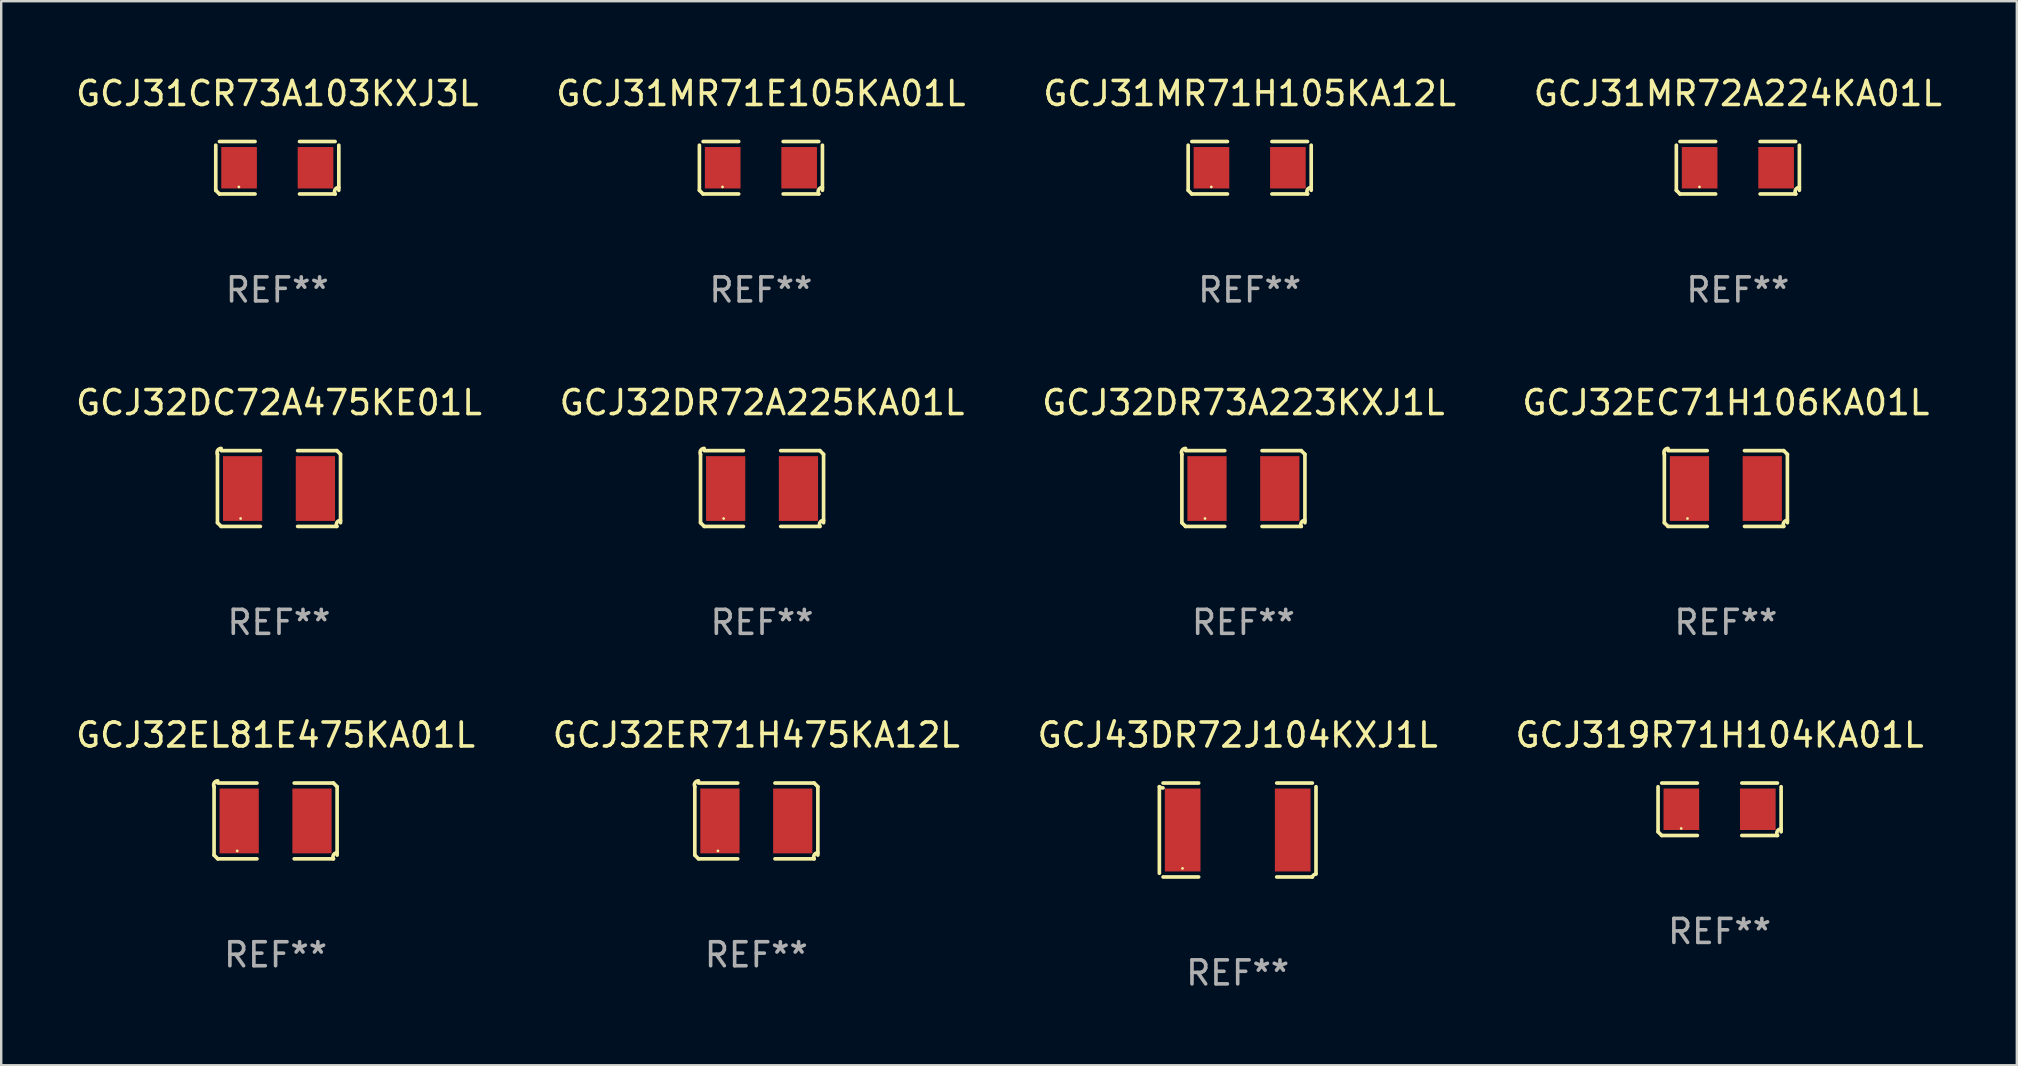
<source format=kicad_pcb>
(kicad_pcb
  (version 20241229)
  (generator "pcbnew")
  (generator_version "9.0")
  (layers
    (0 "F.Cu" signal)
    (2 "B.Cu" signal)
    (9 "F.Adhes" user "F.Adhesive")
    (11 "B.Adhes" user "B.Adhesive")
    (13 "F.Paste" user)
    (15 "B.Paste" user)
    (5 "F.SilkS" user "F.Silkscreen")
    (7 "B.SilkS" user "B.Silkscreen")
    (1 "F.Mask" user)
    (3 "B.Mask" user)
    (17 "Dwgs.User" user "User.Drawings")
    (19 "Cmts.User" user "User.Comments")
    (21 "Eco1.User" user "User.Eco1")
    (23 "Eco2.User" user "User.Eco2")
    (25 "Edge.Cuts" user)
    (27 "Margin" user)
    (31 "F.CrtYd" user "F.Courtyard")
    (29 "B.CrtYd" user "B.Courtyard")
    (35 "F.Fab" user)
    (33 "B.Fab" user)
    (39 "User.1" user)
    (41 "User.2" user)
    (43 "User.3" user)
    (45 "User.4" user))
  (footprint "GCJ32EC71H106KA01L"
    (layer "F.Cu")
    (at 68.875 17.309)
    (property "Reference" "GCJ32EC71H106KA01L" (at 0 -3.579 0) (layer "F.SilkS") (effects (font (size 1 1) (thickness 0.15))))
    (attr through_hole)
    (fp_line (start -2.564 1.426) (end -2.564 -1.426) (stroke (width 0.152) (type solid)) (layer "F.SilkS"))
    (fp_line (start -2.411 -1.579) (end -0.776 -1.579) (stroke (width 0.152) (type solid)) (layer "F.SilkS"))
    (fp_line (start -0.776 1.579) (end -2.411 1.579) (stroke (width 0.152) (type solid)) (layer "F.SilkS"))
    (fp_line (start 0.776 1.579) (end 2.411 1.579) (stroke (width 0.152) (type solid)) (layer "F.SilkS"))
    (fp_line (start 2.411 -1.579) (end 0.776 -1.579) (stroke (width 0.152) (type solid)) (layer "F.SilkS"))
    (fp_line (start 2.564 1.426) (end 2.564 -1.426) (stroke (width 0.152) (type solid)) (layer "F.SilkS"))
    (fp_arc (start -2.563602 -1.426213) (mid -2.555597 -1.591233) (end -2.411201 -1.671518) (stroke (width 0.1524) (type solid)) (layer "F.SilkS"))
    (fp_arc (start -2.5636 1.426214) (mid -2.487389 1.502402) (end -2.411201 1.578613) (stroke (width 0.1524) (type solid)) (layer "F.SilkS"))
    (fp_arc (start 2.411197 -1.578618) (mid 2.487403 -1.502419) (end 2.563602 -1.426213) (stroke (width 0.1524) (type solid)) (layer "F.SilkS"))
    (fp_arc (start 2.411201 1.578613) (mid 2.416214 1.409455) (end 2.563602 1.32629) (stroke (width 0.1524) (type solid)) (layer "F.SilkS"))
    (fp_circle (center -1.6 1.25) (end -1.57 1.25) (stroke (width 0.06) (type solid)) (fill no) (layer "F.SilkS"))
    (fp_text user "REF**" (at 0 5.579 0) (layer "F.Fab") (effects (font (size 1 1) (thickness 0.15))))
    (pad "1" smd rect (at -1.517 0) (size 1.635 2.7) (layers "F.Cu" "F.Mask" "F.Paste"))
    (pad "2" smd rect (at 1.517 0) (size 1.635 2.7) (layers "F.Cu" "F.Mask" "F.Paste")))
  (footprint "GCJ31CR73A103KXJ3L"
    (layer "F.Cu")
    (at 8.506 3.941)
    (property "Reference" "GCJ31CR73A103KXJ3L" (at 0 -3.093 0) (layer "F.SilkS") (effects (font (size 1 1) (thickness 0.15))))
    (attr through_hole)
    (fp_line (start -2.564 0.94) (end -2.564 -0.94) (stroke (width 0.152) (type solid)) (layer "F.SilkS"))
    (fp_line (start -2.411 -1.093) (end -0.926 -1.093) (stroke (width 0.152) (type solid)) (layer "F.SilkS"))
    (fp_line (start -0.926 1.093) (end -2.411 1.093) (stroke (width 0.152) (type solid)) (layer "F.SilkS"))
    (fp_line (start 0.926 1.093) (end 2.411 1.093) (stroke (width 0.152) (type solid)) (layer "F.SilkS"))
    (fp_line (start 2.411 -1.093) (end 0.926 -1.093) (stroke (width 0.152) (type solid)) (layer "F.SilkS"))
    (fp_line (start 2.564 0.94) (end 2.564 -0.94) (stroke (width 0.152) (type solid)) (layer "F.SilkS"))
    (fp_arc (start -2.411201 1.092609) (mid -2.487413 1.01642) (end -2.563602 0.940208) (stroke (width 0.1524) (type solid)) (layer "F.SilkS"))
    (fp_arc (start 2.411201 1.092609) (mid 2.407159 0.911226) (end 2.563602 0.819347) (stroke (width 0.1524) (type solid)) (layer "F.SilkS"))
    (fp_circle (center -1.6 0.8) (end -1.57 0.8) (stroke (width 0.06) (type solid)) (fill no) (layer "F.SilkS"))
    (fp_text user "REF**" (at 0 5.093 0) (layer "F.Fab") (effects (font (size 1 1) (thickness 0.15))))
    (pad "1" smd rect (at -1.593 0) (size 1.485 1.728) (layers "F.Cu" "F.Mask" "F.Paste"))
    (pad "2" smd rect (at 1.593 0) (size 1.485 1.728) (layers "F.Cu" "F.Mask" "F.Paste")))
  (footprint "GCJ32EL81E475KA01L"
    (layer "F.Cu")
    (at 8.435 31.162)
    (property "Reference" "GCJ32EL81E475KA01L" (at 0 -3.579 0) (layer "F.SilkS") (effects (font (size 1 1) (thickness 0.15))))
    (attr through_hole)
    (fp_line (start -2.564 1.426) (end -2.564 -1.426) (stroke (width 0.152) (type solid)) (layer "F.SilkS"))
    (fp_line (start -2.411 -1.579) (end -0.776 -1.579) (stroke (width 0.152) (type solid)) (layer "F.SilkS"))
    (fp_line (start -0.776 1.579) (end -2.411 1.579) (stroke (width 0.152) (type solid)) (layer "F.SilkS"))
    (fp_line (start 0.776 1.579) (end 2.411 1.579) (stroke (width 0.152) (type solid)) (layer "F.SilkS"))
    (fp_line (start 2.411 -1.579) (end 0.776 -1.579) (stroke (width 0.152) (type solid)) (layer "F.SilkS"))
    (fp_line (start 2.564 1.426) (end 2.564 -1.426) (stroke (width 0.152) (type solid)) (layer "F.SilkS"))
    (fp_arc (start -2.563602 -1.426213) (mid -2.555597 -1.591233) (end -2.411201 -1.671518) (stroke (width 0.1524) (type solid)) (layer "F.SilkS"))
    (fp_arc (start -2.5636 1.426214) (mid -2.487389 1.502402) (end -2.411201 1.578613) (stroke (width 0.1524) (type solid)) (layer "F.SilkS"))
    (fp_arc (start 2.411197 -1.578618) (mid 2.487403 -1.502419) (end 2.563602 -1.426213) (stroke (width 0.1524) (type solid)) (layer "F.SilkS"))
    (fp_arc (start 2.411201 1.578613) (mid 2.416214 1.409455) (end 2.563602 1.32629) (stroke (width 0.1524) (type solid)) (layer "F.SilkS"))
    (fp_circle (center -1.6 1.25) (end -1.57 1.25) (stroke (width 0.06) (type solid)) (fill no) (layer "F.SilkS"))
    (fp_text user "REF**" (at 0 5.579 0) (layer "F.Fab") (effects (font (size 1 1) (thickness 0.15))))
    (pad "1" smd rect (at -1.517 0) (size 1.635 2.7) (layers "F.Cu" "F.Mask" "F.Paste"))
    (pad "2" smd rect (at 1.517 0) (size 1.635 2.7) (layers "F.Cu" "F.Mask" "F.Paste")))
  (footprint "GCJ32DC72A475KE01L"
    (layer "F.Cu")
    (at 8.577 17.309)
    (property "Reference" "GCJ32DC72A475KE01L" (at 0 -3.579 0) (layer "F.SilkS") (effects (font (size 1 1) (thickness 0.15))))
    (attr through_hole)
    (fp_line (start -2.564 1.426) (end -2.564 -1.426) (stroke (width 0.152) (type solid)) (layer "F.SilkS"))
    (fp_line (start -2.411 -1.579) (end -0.776 -1.579) (stroke (width 0.152) (type solid)) (layer "F.SilkS"))
    (fp_line (start -0.776 1.579) (end -2.411 1.579) (stroke (width 0.152) (type solid)) (layer "F.SilkS"))
    (fp_line (start 0.776 1.579) (end 2.411 1.579) (stroke (width 0.152) (type solid)) (layer "F.SilkS"))
    (fp_line (start 2.411 -1.579) (end 0.776 -1.579) (stroke (width 0.152) (type solid)) (layer "F.SilkS"))
    (fp_line (start 2.564 1.426) (end 2.564 -1.426) (stroke (width 0.152) (type solid)) (layer "F.SilkS"))
    (fp_arc (start -2.563602 -1.426213) (mid -2.555597 -1.591233) (end -2.411201 -1.671518) (stroke (width 0.1524) (type solid)) (layer "F.SilkS"))
    (fp_arc (start -2.5636 1.426214) (mid -2.487389 1.502402) (end -2.411201 1.578613) (stroke (width 0.1524) (type solid)) (layer "F.SilkS"))
    (fp_arc (start 2.411197 -1.578618) (mid 2.487403 -1.502419) (end 2.563602 -1.426213) (stroke (width 0.1524) (type solid)) (layer "F.SilkS"))
    (fp_arc (start 2.411201 1.578613) (mid 2.416214 1.409455) (end 2.563602 1.32629) (stroke (width 0.1524) (type solid)) (layer "F.SilkS"))
    (fp_circle (center -1.6 1.25) (end -1.57 1.25) (stroke (width 0.06) (type solid)) (fill no) (layer "F.SilkS"))
    (fp_text user "REF**" (at 0 5.579 0) (layer "F.Fab") (effects (font (size 1 1) (thickness 0.15))))
    (pad "1" smd rect (at -1.517 0) (size 1.635 2.7) (layers "F.Cu" "F.Mask" "F.Paste"))
    (pad "2" smd rect (at 1.517 0) (size 1.635 2.7) (layers "F.Cu" "F.Mask" "F.Paste")))
  (footprint "GCJ32ER71H475KA12L"
    (layer "F.Cu")
    (at 28.47 31.162)
    (property "Reference" "GCJ32ER71H475KA12L" (at 0 -3.579 0) (layer "F.SilkS") (effects (font (size 1 1) (thickness 0.15))))
    (attr through_hole)
    (fp_line (start -2.564 1.426) (end -2.564 -1.426) (stroke (width 0.152) (type solid)) (layer "F.SilkS"))
    (fp_line (start -2.411 -1.579) (end -0.776 -1.579) (stroke (width 0.152) (type solid)) (layer "F.SilkS"))
    (fp_line (start -0.776 1.579) (end -2.411 1.579) (stroke (width 0.152) (type solid)) (layer "F.SilkS"))
    (fp_line (start 0.776 1.579) (end 2.411 1.579) (stroke (width 0.152) (type solid)) (layer "F.SilkS"))
    (fp_line (start 2.411 -1.579) (end 0.776 -1.579) (stroke (width 0.152) (type solid)) (layer "F.SilkS"))
    (fp_line (start 2.564 1.426) (end 2.564 -1.426) (stroke (width 0.152) (type solid)) (layer "F.SilkS"))
    (fp_arc (start -2.563602 -1.426213) (mid -2.555597 -1.591233) (end -2.411201 -1.671518) (stroke (width 0.1524) (type solid)) (layer "F.SilkS"))
    (fp_arc (start -2.5636 1.426214) (mid -2.487389 1.502402) (end -2.411201 1.578613) (stroke (width 0.1524) (type solid)) (layer "F.SilkS"))
    (fp_arc (start 2.411197 -1.578618) (mid 2.487403 -1.502419) (end 2.563602 -1.426213) (stroke (width 0.1524) (type solid)) (layer "F.SilkS"))
    (fp_arc (start 2.411201 1.578613) (mid 2.416214 1.409455) (end 2.563602 1.32629) (stroke (width 0.1524) (type solid)) (layer "F.SilkS"))
    (fp_circle (center -1.6 1.25) (end -1.57 1.25) (stroke (width 0.06) (type solid)) (fill no) (layer "F.SilkS"))
    (fp_text user "REF**" (at 0 5.579 0) (layer "F.Fab") (effects (font (size 1 1) (thickness 0.15))))
    (pad "1" smd rect (at -1.517 0) (size 1.635 2.7) (layers "F.Cu" "F.Mask" "F.Paste"))
    (pad "2" smd rect (at 1.517 0) (size 1.635 2.7) (layers "F.Cu" "F.Mask" "F.Paste")))
  (footprint "GCJ31MR71H105KA12L"
    (layer "F.Cu")
    (at 49.03 3.941)
    (property "Reference" "GCJ31MR71H105KA12L" (at 0 -3.093 0) (layer "F.SilkS") (effects (font (size 1 1) (thickness 0.15))))
    (attr through_hole)
    (fp_line (start -2.564 0.94) (end -2.564 -0.94) (stroke (width 0.152) (type solid)) (layer "F.SilkS"))
    (fp_line (start -2.411 -1.093) (end -0.926 -1.093) (stroke (width 0.152) (type solid)) (layer "F.SilkS"))
    (fp_line (start -0.926 1.093) (end -2.411 1.093) (stroke (width 0.152) (type solid)) (layer "F.SilkS"))
    (fp_line (start 0.926 1.093) (end 2.411 1.093) (stroke (width 0.152) (type solid)) (layer "F.SilkS"))
    (fp_line (start 2.411 -1.093) (end 0.926 -1.093) (stroke (width 0.152) (type solid)) (layer "F.SilkS"))
    (fp_line (start 2.564 0.94) (end 2.564 -0.94) (stroke (width 0.152) (type solid)) (layer "F.SilkS"))
    (fp_arc (start -2.411201 1.092609) (mid -2.487413 1.01642) (end -2.563602 0.940208) (stroke (width 0.1524) (type solid)) (layer "F.SilkS"))
    (fp_arc (start 2.411201 1.092609) (mid 2.407159 0.911226) (end 2.563602 0.819347) (stroke (width 0.1524) (type solid)) (layer "F.SilkS"))
    (fp_circle (center -1.6 0.8) (end -1.57 0.8) (stroke (width 0.06) (type solid)) (fill no) (layer "F.SilkS"))
    (fp_text user "REF**" (at 0 5.093 0) (layer "F.Fab") (effects (font (size 1 1) (thickness 0.15))))
    (pad "1" smd rect (at -1.593 0) (size 1.485 1.728) (layers "F.Cu" "F.Mask" "F.Paste"))
    (pad "2" smd rect (at 1.593 0) (size 1.485 1.728) (layers "F.Cu" "F.Mask" "F.Paste")))
  (footprint "GCJ31MR71E105KA01L"
    (layer "F.Cu")
    (at 28.661 3.941)
    (property "Reference" "GCJ31MR71E105KA01L" (at 0 -3.093 0) (layer "F.SilkS") (effects (font (size 1 1) (thickness 0.15))))
    (attr through_hole)
    (fp_line (start -2.564 0.94) (end -2.564 -0.94) (stroke (width 0.152) (type solid)) (layer "F.SilkS"))
    (fp_line (start -2.411 -1.093) (end -0.926 -1.093) (stroke (width 0.152) (type solid)) (layer "F.SilkS"))
    (fp_line (start -0.926 1.093) (end -2.411 1.093) (stroke (width 0.152) (type solid)) (layer "F.SilkS"))
    (fp_line (start 0.926 1.093) (end 2.411 1.093) (stroke (width 0.152) (type solid)) (layer "F.SilkS"))
    (fp_line (start 2.411 -1.093) (end 0.926 -1.093) (stroke (width 0.152) (type solid)) (layer "F.SilkS"))
    (fp_line (start 2.564 0.94) (end 2.564 -0.94) (stroke (width 0.152) (type solid)) (layer "F.SilkS"))
    (fp_arc (start -2.411201 1.092609) (mid -2.487413 1.01642) (end -2.563602 0.940208) (stroke (width 0.1524) (type solid)) (layer "F.SilkS"))
    (fp_arc (start 2.411201 1.092609) (mid 2.407159 0.911226) (end 2.563602 0.819347) (stroke (width 0.1524) (type solid)) (layer "F.SilkS"))
    (fp_circle (center -1.6 0.8) (end -1.57 0.8) (stroke (width 0.06) (type solid)) (fill no) (layer "F.SilkS"))
    (fp_text user "REF**" (at 0 5.093 0) (layer "F.Fab") (effects (font (size 1 1) (thickness 0.15))))
    (pad "1" smd rect (at -1.593 0) (size 1.485 1.728) (layers "F.Cu" "F.Mask" "F.Paste"))
    (pad "2" smd rect (at 1.593 0) (size 1.485 1.728) (layers "F.Cu" "F.Mask" "F.Paste")))
  (footprint "GCJ32DR72A225KA01L"
    (layer "F.Cu")
    (at 28.708 17.309)
    (property "Reference" "GCJ32DR72A225KA01L" (at 0 -3.579 0) (layer "F.SilkS") (effects (font (size 1 1) (thickness 0.15))))
    (attr through_hole)
    (fp_line (start -2.564 1.426) (end -2.564 -1.426) (stroke (width 0.152) (type solid)) (layer "F.SilkS"))
    (fp_line (start -2.411 -1.579) (end -0.776 -1.579) (stroke (width 0.152) (type solid)) (layer "F.SilkS"))
    (fp_line (start -0.776 1.579) (end -2.411 1.579) (stroke (width 0.152) (type solid)) (layer "F.SilkS"))
    (fp_line (start 0.776 1.579) (end 2.411 1.579) (stroke (width 0.152) (type solid)) (layer "F.SilkS"))
    (fp_line (start 2.411 -1.579) (end 0.776 -1.579) (stroke (width 0.152) (type solid)) (layer "F.SilkS"))
    (fp_line (start 2.564 1.426) (end 2.564 -1.426) (stroke (width 0.152) (type solid)) (layer "F.SilkS"))
    (fp_arc (start -2.563602 -1.426213) (mid -2.555597 -1.591233) (end -2.411201 -1.671518) (stroke (width 0.1524) (type solid)) (layer "F.SilkS"))
    (fp_arc (start -2.5636 1.426214) (mid -2.487389 1.502402) (end -2.411201 1.578613) (stroke (width 0.1524) (type solid)) (layer "F.SilkS"))
    (fp_arc (start 2.411197 -1.578618) (mid 2.487403 -1.502419) (end 2.563602 -1.426213) (stroke (width 0.1524) (type solid)) (layer "F.SilkS"))
    (fp_arc (start 2.411201 1.578613) (mid 2.416214 1.409455) (end 2.563602 1.32629) (stroke (width 0.1524) (type solid)) (layer "F.SilkS"))
    (fp_circle (center -1.6 1.25) (end -1.57 1.25) (stroke (width 0.06) (type solid)) (fill no) (layer "F.SilkS"))
    (fp_text user "REF**" (at 0 5.579 0) (layer "F.Fab") (effects (font (size 1 1) (thickness 0.15))))
    (pad "1" smd rect (at -1.517 0) (size 1.635 2.7) (layers "F.Cu" "F.Mask" "F.Paste"))
    (pad "2" smd rect (at 1.517 0) (size 1.635 2.7) (layers "F.Cu" "F.Mask" "F.Paste")))
  (footprint "GCJ32DR73A223KXJ1L"
    (layer "F.Cu")
    (at 48.768 17.309)
    (property "Reference" "GCJ32DR73A223KXJ1L" (at 0 -3.579 0) (layer "F.SilkS") (effects (font (size 1 1) (thickness 0.15))))
    (attr through_hole)
    (fp_line (start -2.564 1.426) (end -2.564 -1.426) (stroke (width 0.152) (type solid)) (layer "F.SilkS"))
    (fp_line (start -2.411 -1.579) (end -0.776 -1.579) (stroke (width 0.152) (type solid)) (layer "F.SilkS"))
    (fp_line (start -0.776 1.579) (end -2.411 1.579) (stroke (width 0.152) (type solid)) (layer "F.SilkS"))
    (fp_line (start 0.776 1.579) (end 2.411 1.579) (stroke (width 0.152) (type solid)) (layer "F.SilkS"))
    (fp_line (start 2.411 -1.579) (end 0.776 -1.579) (stroke (width 0.152) (type solid)) (layer "F.SilkS"))
    (fp_line (start 2.564 1.426) (end 2.564 -1.426) (stroke (width 0.152) (type solid)) (layer "F.SilkS"))
    (fp_arc (start -2.563602 -1.426213) (mid -2.555597 -1.591233) (end -2.411201 -1.671518) (stroke (width 0.1524) (type solid)) (layer "F.SilkS"))
    (fp_arc (start -2.5636 1.426214) (mid -2.487389 1.502402) (end -2.411201 1.578613) (stroke (width 0.1524) (type solid)) (layer "F.SilkS"))
    (fp_arc (start 2.411197 -1.578618) (mid 2.487403 -1.502419) (end 2.563602 -1.426213) (stroke (width 0.1524) (type solid)) (layer "F.SilkS"))
    (fp_arc (start 2.411201 1.578613) (mid 2.416214 1.409455) (end 2.563602 1.32629) (stroke (width 0.1524) (type solid)) (layer "F.SilkS"))
    (fp_circle (center -1.6 1.25) (end -1.57 1.25) (stroke (width 0.06) (type solid)) (fill no) (layer "F.SilkS"))
    (fp_text user "REF**" (at 0 5.579 0) (layer "F.Fab") (effects (font (size 1 1) (thickness 0.15))))
    (pad "1" smd rect (at -1.517 0) (size 1.635 2.7) (layers "F.Cu" "F.Mask" "F.Paste"))
    (pad "2" smd rect (at 1.517 0) (size 1.635 2.7) (layers "F.Cu" "F.Mask" "F.Paste")))
  (footprint "GCJ31MR72A224KA01L"
    (layer "F.Cu")
    (at 69.375 3.941)
    (property "Reference" "GCJ31MR72A224KA01L" (at 0 -3.093 0) (layer "F.SilkS") (effects (font (size 1 1) (thickness 0.15))))
    (attr through_hole)
    (fp_line (start -2.564 0.94) (end -2.564 -0.94) (stroke (width 0.152) (type solid)) (layer "F.SilkS"))
    (fp_line (start -2.411 -1.093) (end -0.926 -1.093) (stroke (width 0.152) (type solid)) (layer "F.SilkS"))
    (fp_line (start -0.926 1.093) (end -2.411 1.093) (stroke (width 0.152) (type solid)) (layer "F.SilkS"))
    (fp_line (start 0.926 1.093) (end 2.411 1.093) (stroke (width 0.152) (type solid)) (layer "F.SilkS"))
    (fp_line (start 2.411 -1.093) (end 0.926 -1.093) (stroke (width 0.152) (type solid)) (layer "F.SilkS"))
    (fp_line (start 2.564 0.94) (end 2.564 -0.94) (stroke (width 0.152) (type solid)) (layer "F.SilkS"))
    (fp_arc (start -2.411201 1.092609) (mid -2.487413 1.01642) (end -2.563602 0.940208) (stroke (width 0.1524) (type solid)) (layer "F.SilkS"))
    (fp_arc (start 2.411201 1.092609) (mid 2.407159 0.911226) (end 2.563602 0.819347) (stroke (width 0.1524) (type solid)) (layer "F.SilkS"))
    (fp_circle (center -1.6 0.8) (end -1.57 0.8) (stroke (width 0.06) (type solid)) (fill no) (layer "F.SilkS"))
    (fp_text user "REF**" (at 0 5.093 0) (layer "F.Fab") (effects (font (size 1 1) (thickness 0.15))))
    (pad "1" smd rect (at -1.593 0) (size 1.485 1.728) (layers "F.Cu" "F.Mask" "F.Paste"))
    (pad "2" smd rect (at 1.593 0) (size 1.485 1.728) (layers "F.Cu" "F.Mask" "F.Paste")))
  (footprint "GCJ43DR72J104KXJ1L"
    (layer "F.Cu")
    (at 48.53 31.54)
    (property "Reference" "GCJ43DR72J104KXJ1L" (at 0 -3.957 0) (layer "F.SilkS") (effects (font (size 1 1) (thickness 0.15))))
    (attr through_hole)
    (fp_line (start -3.264 1.804) (end -3.264 -1.804) (stroke (width 0.152) (type solid)) (layer "F.SilkS"))
    (fp_line (start -3.111 -1.957) (end -1.626 -1.957) (stroke (width 0.152) (type solid)) (layer "F.SilkS"))
    (fp_line (start -1.626 1.957) (end -3.111 1.957) (stroke (width 0.152) (type solid)) (layer "F.SilkS"))
    (fp_line (start 1.626 1.957) (end 3.111 1.957) (stroke (width 0.152) (type solid)) (layer "F.SilkS"))
    (fp_line (start 3.111 -1.957) (end 1.626 -1.957) (stroke (width 0.152) (type solid)) (layer "F.SilkS"))
    (fp_line (start 3.264 1.804) (end 3.264 -1.804) (stroke (width 0.152) (type solid)) (layer "F.SilkS"))
    (fp_arc (start -3.111202 -1.752192) (mid -3.191715 -1.76555) (end -3.263602 -1.804191) (stroke (width 0.1524) (type solid)) (layer "F.SilkS"))
    (fp_arc (start 3.111201 1.956591) (mid 3.167789 1.872777) (end 3.263602 1.840424) (stroke (width 0.1524) (type solid)) (layer "F.SilkS"))
    (fp_circle (center -2.3 1.6) (end -2.27 1.6) (stroke (width 0.06) (type solid)) (fill no) (layer "F.SilkS"))
    (fp_text user "REF**" (at 0 5.957 0) (layer "F.Fab") (effects (font (size 1 1) (thickness 0.15))))
    (pad "1" smd rect (at -2.293 0) (size 1.485 3.456) (layers "F.Cu" "F.Mask" "F.Paste"))
    (pad "2" smd rect (at 2.293 0) (size 1.485 3.456) (layers "F.Cu" "F.Mask" "F.Paste")))
  (footprint "GCJ319R71H104KA01L"
    (layer "F.Cu")
    (at 68.613 30.676)
    (property "Reference" "GCJ319R71H104KA01L" (at 0 -3.093 0) (layer "F.SilkS") (effects (font (size 1 1) (thickness 0.15))))
    (attr through_hole)
    (fp_line (start -2.564 0.94) (end -2.564 -0.94) (stroke (width 0.152) (type solid)) (layer "F.SilkS"))
    (fp_line (start -2.411 -1.093) (end -0.926 -1.093) (stroke (width 0.152) (type solid)) (layer "F.SilkS"))
    (fp_line (start -0.926 1.093) (end -2.411 1.093) (stroke (width 0.152) (type solid)) (layer "F.SilkS"))
    (fp_line (start 0.926 1.093) (end 2.411 1.093) (stroke (width 0.152) (type solid)) (layer "F.SilkS"))
    (fp_line (start 2.411 -1.093) (end 0.926 -1.093) (stroke (width 0.152) (type solid)) (layer "F.SilkS"))
    (fp_line (start 2.564 0.94) (end 2.564 -0.94) (stroke (width 0.152) (type solid)) (layer "F.SilkS"))
    (fp_arc (start -2.411201 1.092609) (mid -2.487413 1.01642) (end -2.563602 0.940208) (stroke (width 0.1524) (type solid)) (layer "F.SilkS"))
    (fp_arc (start 2.411201 1.092609) (mid 2.407159 0.911226) (end 2.563602 0.819347) (stroke (width 0.1524) (type solid)) (layer "F.SilkS"))
    (fp_circle (center -1.6 0.8) (end -1.57 0.8) (stroke (width 0.06) (type solid)) (fill no) (layer "F.SilkS"))
    (fp_text user "REF**" (at 0 5.093 0) (layer "F.Fab") (effects (font (size 1 1) (thickness 0.15))))
    (pad "1" smd rect (at -1.593 0) (size 1.485 1.728) (layers "F.Cu" "F.Mask" "F.Paste"))
    (pad "2" smd rect (at 1.593 0) (size 1.485 1.728) (layers "F.Cu" "F.Mask" "F.Paste")))
  (gr_rect
    (start -3 -3)
    (end 81 41.345)
    (stroke (width 0.1) (type default))
    (fill no)
    (layer "Edge.Cuts")))
</source>
